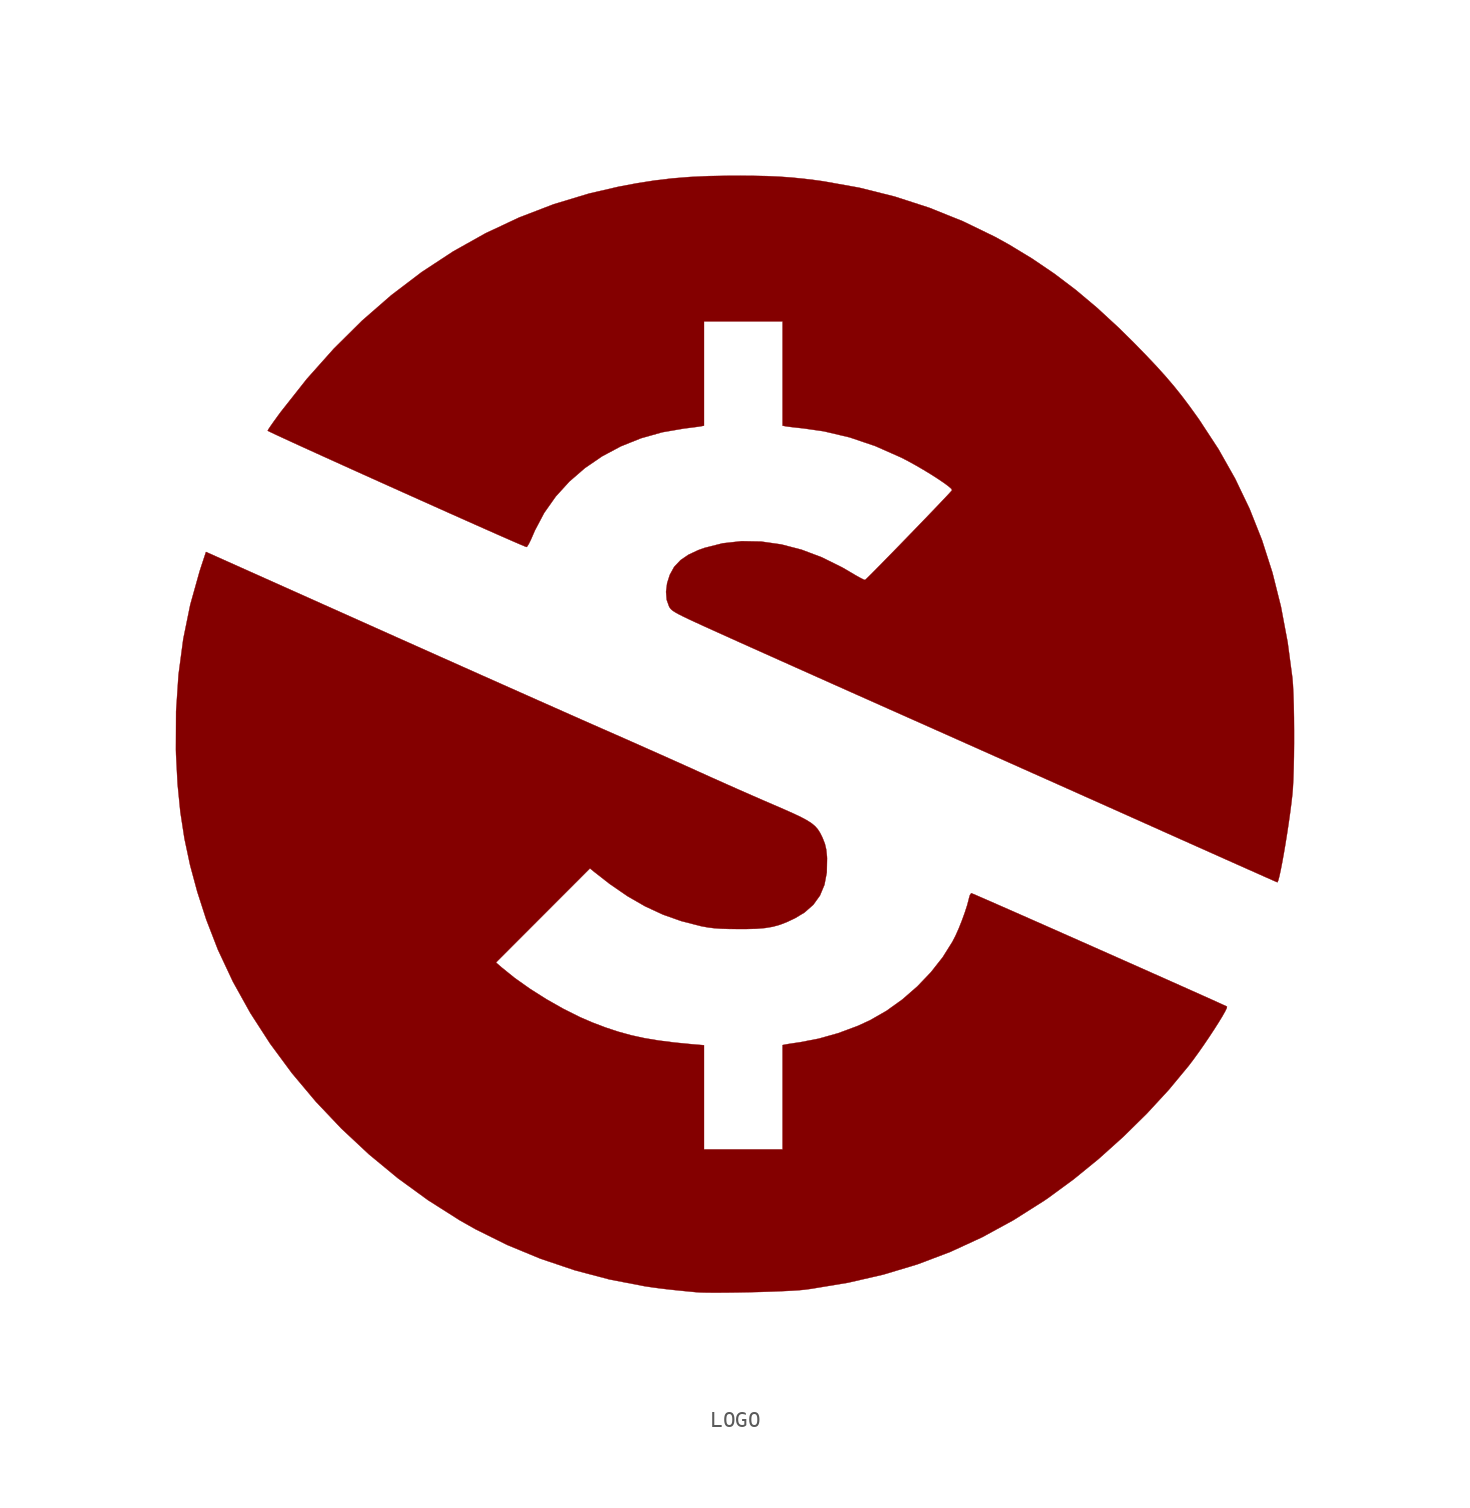
<source format=kicad_sym>
(kicad_symbol_lib
  (version 20220914)
  (generator bitmap2component)
  (symbol "LOGO"
    (pin_names
      (offset 1.016))
    (property "Reference" "#G"
      (at 0 42.714 0)
      (effects (font (size 1.27 1.27)) hide))
    (symbol "LOGO_0_0"
      (polyline (pts (xy -0.546 -34.772) (xy 0.146 -34.763) (xy 0.87 -34.749) (xy 1.597 -34.73) (xy 2.301 -34.707) (xy 2.953 -34.681) (xy 3.525 -34.653) (xy 3.989 -34.623) (xy 4.318 -34.592) (xy 4.746 -34.535) (xy 7.058 -34.152) (xy 9.266 -33.644) (xy 11.387 -33.006) (xy 13.437 -32.231) (xy 15.429 -31.314) (xy 17.381 -30.249) (xy 19.307 -29.03) (xy 19.561 -28.857) (xy 21.139 -27.7) (xy 22.714 -26.416) (xy 24.252 -25.034) (xy 25.722 -23.587) (xy 27.09 -22.104) (xy 28.323 -20.616) (xy 28.325 -20.614) (xy 28.63 -20.212) (xy 28.956 -19.762) (xy 29.29 -19.285) (xy 29.618 -18.8) (xy 29.928 -18.329) (xy 30.205 -17.893) (xy 30.438 -17.512) (xy 30.611 -17.206) (xy 30.712 -16.996) (xy 30.728 -16.904) (xy 30.685 -16.881) (xy 30.5 -16.795) (xy 30.181 -16.65) (xy 29.742 -16.452) (xy 29.194 -16.206) (xy 28.55 -15.918) (xy 27.823 -15.593) (xy 27.025 -15.237) (xy 26.169 -14.856) (xy 25.267 -14.455) (xy 24.331 -14.039) (xy 23.375 -13.614) (xy 22.411 -13.187) (xy 21.451 -12.761) (xy 20.508 -12.344) (xy 19.595 -11.939) (xy 18.723 -11.554) (xy 17.905 -11.193) (xy 17.155 -10.863) (xy 16.484 -10.568) (xy 15.905 -10.314) (xy 15.431 -10.107) (xy 15.074 -9.952) (xy 14.846 -9.855) (xy 14.761 -9.821) (xy 14.742 -9.827) (xy 14.667 -9.935) (xy 14.607 -10.139) (xy 14.593 -10.208) (xy 14.493 -10.58) (xy 14.343 -11.042) (xy 14.16 -11.546) (xy 13.962 -12.041) (xy 13.767 -12.476) (xy 13.575 -12.849) (xy 12.97 -13.815) (xy 12.23 -14.754) (xy 11.381 -15.643) (xy 10.447 -16.456) (xy 9.453 -17.169) (xy 8.424 -17.758) (xy 7.635 -18.119) (xy 6.442 -18.562) (xy 5.215 -18.907) (xy 4.022 -19.136) (xy 3.953 -19.145) (xy 3.612 -19.195) (xy 3.327 -19.239) (xy 3.154 -19.269) (xy 2.963 -19.307) (xy 2.963 -22.565) (xy 2.963 -25.823) (xy 0.508 -25.823) (xy -1.947 -25.823) (xy -1.947 -22.57) (xy -1.947 -19.317) (xy -2.519 -19.27) (xy -2.693 -19.255) (xy -3.806 -19.146) (xy -4.788 -19.021) (xy -5.673 -18.873) (xy -6.496 -18.693) (xy -7.289 -18.475) (xy -8.087 -18.212) (xy -8.923 -17.895) (xy -9.687 -17.565) (xy -10.729 -17.044) (xy -11.788 -16.444) (xy -12.817 -15.792) (xy -13.772 -15.116) (xy -14.605 -14.444) (xy -14.944 -14.149) (xy -12.007 -11.208) (xy -9.071 -8.267) (xy -8.79 -8.497) (xy -7.847 -9.234) (xy -6.727 -10.004) (xy -5.623 -10.64) (xy -4.511 -11.155) (xy -3.365 -11.56) (xy -2.159 -11.87) (xy -2.042 -11.894) (xy -1.678 -11.959) (xy -1.307 -12.005) (xy -0.889 -12.034) (xy -0.382 -12.051) (xy 0.254 -12.057) (xy 0.652 -12.057) (xy 1.318 -12.039) (xy 1.872 -11.993) (xy 2.353 -11.912) (xy 2.799 -11.788) (xy 3.247 -11.614) (xy 3.736 -11.383) (xy 4.329 -11.027) (xy 4.883 -10.54) (xy 5.299 -9.963) (xy 5.578 -9.293) (xy 5.724 -8.522) (xy 5.741 -7.644) (xy 5.735 -7.524) (xy 5.69 -7.09) (xy 5.607 -6.733) (xy 5.47 -6.382) (xy 5.425 -6.283) (xy 5.3 -6.037) (xy 5.163 -5.825) (xy 4.997 -5.635) (xy 4.783 -5.456) (xy 4.503 -5.274) (xy 4.139 -5.078) (xy 3.673 -4.855) (xy 3.086 -4.593) (xy 2.361 -4.279) (xy 1.806 -4.04) (xy 1.015 -3.695) (xy 0.16 -3.319) (xy -0.708 -2.933) (xy -1.54 -2.561) (xy -2.286 -2.224) (xy -2.455 -2.147) (xy -3.113 -1.85) (xy -3.884 -1.504) (xy -4.735 -1.124) (xy -5.635 -0.724) (xy -6.55 -0.318) (xy -7.448 0.079) (xy -8.297 0.452) (xy -8.332 0.467) (xy -8.872 0.705) (xy -9.553 1.005) (xy -10.36 1.363) (xy -11.28 1.772) (xy -12.302 2.225) (xy -13.409 2.718) (xy -14.591 3.244) (xy -15.833 3.797) (xy -17.121 4.372) (xy -18.444 4.962) (xy -19.786 5.562) (xy -21.136 6.165) (xy -22.479 6.766) (xy -33.062 11.503) (xy -33.378 10.545) (xy -33.46 10.291) (xy -34.044 8.206) (xy -34.482 6.057) (xy -34.777 3.837) (xy -34.93 1.538) (xy -34.94 -0.847) (xy -34.932 -1.151) (xy -34.836 -2.998) (xy -34.664 -4.738) (xy -34.406 -6.413) (xy -34.055 -8.063) (xy -33.605 -9.73) (xy -33.048 -11.456) (xy -32.316 -13.349) (xy -31.378 -15.349) (xy -30.289 -17.308) (xy -29.057 -19.215) (xy -27.693 -21.062) (xy -26.204 -22.836) (xy -24.6 -24.527) (xy -22.89 -26.125) (xy -21.082 -27.62) (xy -19.186 -28.999) (xy -17.21 -30.254) (xy -16.226 -30.81) (xy -14.239 -31.796) (xy -12.165 -32.653) (xy -10.029 -33.374) (xy -7.857 -33.949) (xy -5.673 -34.369) (xy -5.553 -34.388) (xy -5.139 -34.449) (xy -4.727 -34.504) (xy -4.282 -34.558) (xy -3.771 -34.614) (xy -3.159 -34.676) (xy -2.413 -34.748) (xy -2.149 -34.763) (xy -1.721 -34.773) (xy -1.177 -34.776) (xy -0.546 -34.772)) (stroke (width 0.01) (type default)) (fill (type outline)))
      (polyline (pts (xy 33.885 -9.13) (xy 33.936 -9.008) (xy 34.004 -8.747) (xy 34.086 -8.367) (xy 34.179 -7.89) (xy 34.279 -7.338) (xy 34.382 -6.731) (xy 34.484 -6.092) (xy 34.582 -5.442) (xy 34.672 -4.803) (xy 34.751 -4.195) (xy 34.814 -3.641) (xy 34.844 -3.281) (xy 34.874 -2.712) (xy 34.896 -2.033) (xy 34.912 -1.275) (xy 34.92 -0.469) (xy 34.92 0.355) (xy 34.914 1.164) (xy 34.9 1.928) (xy 34.878 2.617) (xy 34.85 3.198) (xy 34.814 3.641) (xy 34.519 5.854) (xy 34.1 8.085) (xy 33.568 10.21) (xy 32.916 12.243) (xy 32.141 14.197) (xy 31.236 16.086) (xy 30.197 17.925) (xy 29.018 19.727) (xy 28.911 19.881) (xy 28.398 20.595) (xy 27.907 21.247) (xy 27.412 21.865) (xy 26.889 22.478) (xy 26.313 23.116) (xy 25.659 23.807) (xy 24.904 24.581) (xy 23.95 25.522) (xy 22.608 26.759) (xy 21.28 27.875) (xy 19.938 28.891) (xy 18.555 29.829) (xy 17.103 30.71) (xy 16.23 31.192) (xy 14.223 32.166) (xy 12.128 33.007) (xy 9.964 33.708) (xy 7.75 34.261) (xy 5.503 34.662) (xy 5.102 34.718) (xy 4.299 34.818) (xy 3.539 34.894) (xy 2.781 34.949) (xy 1.98 34.984) (xy 1.096 35.003) (xy 0.085 35.009) (xy -0.356 35.008) (xy -1.641 34.985) (xy -2.815 34.931) (xy -3.923 34.842) (xy -5.008 34.714) (xy -6.113 34.542) (xy -7.281 34.323) (xy -9.121 33.897) (xy -11.335 33.228) (xy -13.491 32.401) (xy -15.585 31.419) (xy -17.616 30.281) (xy -19.583 28.99) (xy -21.483 27.546) (xy -23.313 25.951) (xy -25.073 24.206) (xy -26.761 22.313) (xy -28.373 20.273) (xy -28.573 20.002) (xy -28.826 19.653) (xy -29.027 19.366) (xy -29.16 19.167) (xy -29.207 19.079) (xy -29.143 19.042) (xy -28.937 18.942) (xy -28.599 18.783) (xy -28.142 18.572) (xy -27.58 18.313) (xy -26.923 18.013) (xy -26.185 17.677) (xy -25.377 17.311) (xy -24.513 16.92) (xy -23.604 16.509) (xy -22.663 16.085) (xy -21.702 15.653) (xy -20.734 15.218) (xy -19.77 14.786) (xy -18.824 14.362) (xy -17.908 13.952) (xy -17.033 13.562) (xy -16.213 13.197) (xy -15.46 12.863) (xy -14.785 12.564) (xy -14.202 12.308) (xy -13.723 12.099) (xy -13.36 11.943) (xy -13.125 11.845) (xy -13.031 11.811) (xy -12.993 11.844) (xy -12.894 12.003) (xy -12.764 12.264) (xy -12.62 12.595) (xy -12.514 12.84) (xy -11.93 13.945) (xy -11.206 14.97) (xy -10.354 15.906) (xy -9.384 16.745) (xy -8.308 17.481) (xy -7.138 18.104) (xy -5.885 18.606) (xy -4.56 18.98) (xy -3.175 19.218) (xy -2.946 19.245) (xy -2.587 19.291) (xy -2.302 19.329) (xy -2.138 19.355) (xy -1.947 19.392) (xy -1.947 22.65) (xy -1.947 25.908) (xy 0.508 25.908) (xy 2.963 25.908) (xy 2.963 22.65) (xy 2.963 19.392) (xy 3.154 19.355) (xy 3.265 19.338) (xy 3.526 19.305) (xy 3.877 19.265) (xy 4.276 19.222) (xy 5.538 19.041) (xy 7.149 18.662) (xy 8.759 18.116) (xy 10.372 17.402) (xy 10.806 17.178) (xy 11.281 16.916) (xy 11.764 16.635) (xy 12.231 16.351) (xy 12.66 16.076) (xy 13.029 15.827) (xy 13.316 15.616) (xy 13.499 15.458) (xy 13.555 15.367) (xy 13.546 15.354) (xy 13.446 15.24) (xy 13.248 15.025) (xy 12.964 14.725) (xy 12.61 14.353) (xy 12.2 13.925) (xy 11.749 13.456) (xy 11.27 12.96) (xy 10.778 12.452) (xy 10.289 11.948) (xy 9.815 11.461) (xy 9.371 11.008) (xy 8.973 10.602) (xy 8.633 10.258) (xy 8.367 9.992) (xy 8.189 9.818) (xy 8.113 9.751) (xy 8.027 9.778) (xy 7.826 9.879) (xy 7.542 10.036) (xy 7.205 10.235) (xy 6.683 10.539) (xy 5.417 11.166) (xy 4.145 11.645) (xy 2.879 11.973) (xy 1.629 12.151) (xy 0.405 12.175) (xy -0.781 12.043) (xy -1.918 11.755) (xy -2.308 11.615) (xy -2.927 11.325) (xy -3.411 10.992) (xy -3.783 10.601) (xy -3.826 10.542) (xy -4.085 10.071) (xy -4.251 9.547) (xy -4.317 9.013) (xy -4.277 8.513) (xy -4.126 8.091) (xy -4.101 8.048) (xy -4.049 7.972) (xy -3.979 7.897) (xy -3.877 7.816) (xy -3.731 7.723) (xy -3.526 7.61) (xy -3.249 7.47) (xy -2.885 7.295) (xy -2.422 7.08) (xy -1.845 6.816) (xy -1.141 6.498) (xy -0.296 6.117) (xy 0.196 5.895) (xy 0.937 5.562) (xy 1.799 5.176) (xy 2.764 4.744) (xy 3.813 4.274) (xy 4.928 3.776) (xy 6.09 3.257) (xy 7.28 2.726) (xy 8.481 2.191) (xy 9.673 1.659) (xy 10.837 1.141) (xy 11.215 0.973) (xy 12.528 0.388) (xy 13.958 -0.249) (xy 15.475 -0.926) (xy 17.05 -1.628) (xy 18.653 -2.344) (xy 20.256 -3.059) (xy 21.829 -3.762) (xy 23.343 -4.438) (xy 24.769 -5.076) (xy 26.077 -5.661) (xy 26.758 -5.966) (xy 27.813 -6.438) (xy 28.818 -6.887) (xy 29.762 -7.308) (xy 30.634 -7.698) (xy 31.425 -8.05) (xy 32.124 -8.362) (xy 32.721 -8.627) (xy 33.204 -8.842) (xy 33.565 -9.002) (xy 33.791 -9.101) (xy 33.874 -9.136) (xy 33.885 -9.13)) (stroke (width 0.01) (type default)) (fill (type outline))))))
</source>
